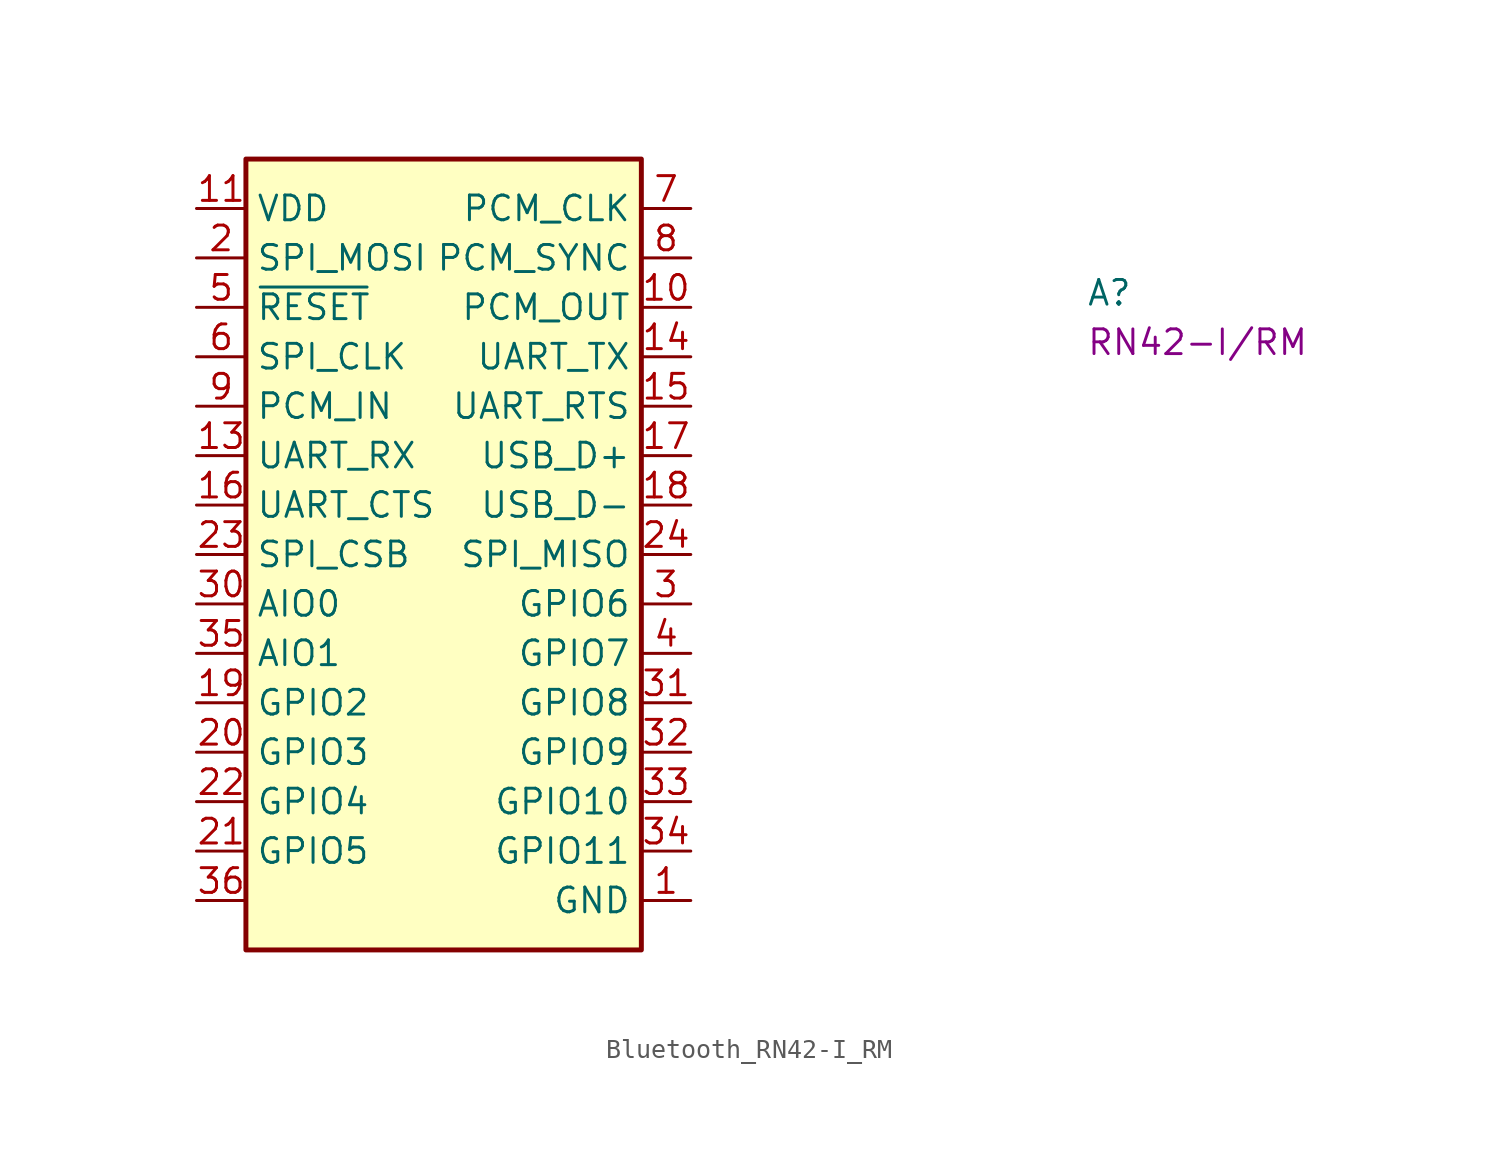
<source format=kicad_sym>
(kicad_symbol_lib
  (version 20220914)
  (generator kicad_symbol_editor)
  (symbol "Bluetooth_RN42-I_RM"
    (property "Reference" "A"
      (at 45.72 -5.08 0)
      (effects (font (size 1.27 1.27) (thickness 0.15)) (justify left bottom)))
    (property "MPN" "RN42-I/RM"
      (at 45.72 -7.62 0)
      (effects (font (size 1.27 1.27) (thickness 0.15)) (justify left bottom)))
    (symbol "Bluetooth_RN42-I_RM_1_1"
      (rectangle (start 2.54 2.54) (end 22.86 -38.1) (stroke (width 0.254) (type default)) (fill (type background)))
      (pin power_in line (at 25.4 -35.56 180) (length 2.54) (name "GND" (effects (font (size 1.27 1.27)))) (number "1" (effects (font (size 1.27 1.27)))))
      (pin output line (at 25.4 -5.08 180) (length 2.54) (name "PCM_OUT" (effects (font (size 1.27 1.27)))) (number "10" (effects (font (size 1.27 1.27)))))
      (pin power_in line (at 0 0 0) (length 2.54) (name "VDD" (effects (font (size 1.27 1.27)))) (number "11" (effects (font (size 1.27 1.27)))))
      (pin passive line (at 25.4 -35.56 180) (length 2.54) hide (name "GND" (effects (font (size 1.27 1.27)))) (number "12" (effects (font (size 1.27 1.27)))))
      (pin input line (at 0 -12.7 0) (length 2.54) (name "UART_RX" (effects (font (size 1.27 1.27)))) (number "13" (effects (font (size 1.27 1.27)))))
      (pin output line (at 25.4 -7.62 180) (length 2.54) (name "UART_TX" (effects (font (size 1.27 1.27)))) (number "14" (effects (font (size 1.27 1.27)))))
      (pin output line (at 25.4 -10.16 180) (length 2.54) (name "UART_RTS" (effects (font (size 1.27 1.27)))) (number "15" (effects (font (size 1.27 1.27)))))
      (pin input line (at 0 -15.24 0) (length 2.54) (name "UART_CTS" (effects (font (size 1.27 1.27)))) (number "16" (effects (font (size 1.27 1.27)))))
      (pin bidirectional line (at 25.4 -12.7 180) (length 2.54) (name "USB_D+" (effects (font (size 1.27 1.27)))) (number "17" (effects (font (size 1.27 1.27)))))
      (pin bidirectional line (at 25.4 -15.24 180) (length 2.54) (name "USB_D-" (effects (font (size 1.27 1.27)))) (number "18" (effects (font (size 1.27 1.27)))))
      (pin bidirectional line (at 0 -25.4 0) (length 2.54) (name "GPIO2" (effects (font (size 1.27 1.27)))) (number "19" (effects (font (size 1.27 1.27)))))
      (pin input line (at 0 -2.54 0) (length 2.54) (name "SPI_MOSI" (effects (font (size 1.27 1.27)))) (number "2" (effects (font (size 1.27 1.27)))))
      (pin bidirectional line (at 0 -27.94 0) (length 2.54) (name "GPIO3" (effects (font (size 1.27 1.27)))) (number "20" (effects (font (size 1.27 1.27)))))
      (pin bidirectional line (at 0 -33.02 0) (length 2.54) (name "GPIO5" (effects (font (size 1.27 1.27)))) (number "21" (effects (font (size 1.27 1.27)))))
      (pin bidirectional line (at 0 -30.48 0) (length 2.54) (name "GPIO4" (effects (font (size 1.27 1.27)))) (number "22" (effects (font (size 1.27 1.27)))))
      (pin bidirectional line (at 0 -17.78 0) (length 2.54) (name "SPI_CSB" (effects (font (size 1.27 1.27)))) (number "23" (effects (font (size 1.27 1.27)))))
      (pin bidirectional line (at 25.4 -17.78 180) (length 2.54) (name "SPI_MISO" (effects (font (size 1.27 1.27)))) (number "24" (effects (font (size 1.27 1.27)))))
      (pin passive line (at 25.4 -35.56 180) (length 2.54) hide (name "GND" (effects (font (size 1.27 1.27)))) (number "28" (effects (font (size 1.27 1.27)))))
      (pin passive line (at 25.4 -35.56 180) (length 2.54) hide (name "GND" (effects (font (size 1.27 1.27)))) (number "29" (effects (font (size 1.27 1.27)))))
      (pin input line (at 25.4 -20.32 180) (length 2.54) (name "GPIO6" (effects (font (size 1.27 1.27)))) (number "3" (effects (font (size 1.27 1.27)))))
      (pin input line (at 0 -20.32 0) (length 2.54) (name "AIO0" (effects (font (size 1.27 1.27)))) (number "30" (effects (font (size 1.27 1.27)))))
      (pin output line (at 25.4 -25.4 180) (length 2.54) (name "GPIO8" (effects (font (size 1.27 1.27)))) (number "31" (effects (font (size 1.27 1.27)))))
      (pin bidirectional line (at 25.4 -27.94 180) (length 2.54) (name "GPIO9" (effects (font (size 1.27 1.27)))) (number "32" (effects (font (size 1.27 1.27)))))
      (pin bidirectional line (at 25.4 -30.48 180) (length 2.54) (name "GPIO10" (effects (font (size 1.27 1.27)))) (number "33" (effects (font (size 1.27 1.27)))))
      (pin bidirectional line (at 25.4 -33.02 180) (length 2.54) (name "GPIO11" (effects (font (size 1.27 1.27)))) (number "34" (effects (font (size 1.27 1.27)))))
      (pin input line (at 0 -22.86 0) (length 2.54) (name "AIO1" (effects (font (size 1.27 1.27)))) (number "35" (effects (font (size 1.27 1.27)))))
      (pin unspecified line (at 0 -35.56 0) (length 2.54) (name "~" (effects (font (size 1.27 1.27)))) (number "36" (effects (font (size 1.27 1.27)))))
      (pin bidirectional line (at 25.4 -22.86 180) (length 2.54) (name "GPIO7" (effects (font (size 1.27 1.27)))) (number "4" (effects (font (size 1.27 1.27)))))
      (pin input line (at 0 -5.08 0) (length 2.54) (name "~{RESET}" (effects (font (size 1.27 1.27)))) (number "5" (effects (font (size 1.27 1.27)))))
      (pin input line (at 0 -7.62 0) (length 2.54) (name "SPI_CLK" (effects (font (size 1.27 1.27)))) (number "6" (effects (font (size 1.27 1.27)))))
      (pin bidirectional line (at 25.4 0 180) (length 2.54) (name "PCM_CLK" (effects (font (size 1.27 1.27)))) (number "7" (effects (font (size 1.27 1.27)))))
      (pin bidirectional line (at 25.4 -2.54 180) (length 2.54) (name "PCM_SYNC" (effects (font (size 1.27 1.27)))) (number "8" (effects (font (size 1.27 1.27)))))
      (pin input line (at 0 -10.16 0) (length 2.54) (name "PCM_IN" (effects (font (size 1.27 1.27)))) (number "9" (effects (font (size 1.27 1.27))))))))
</source>
